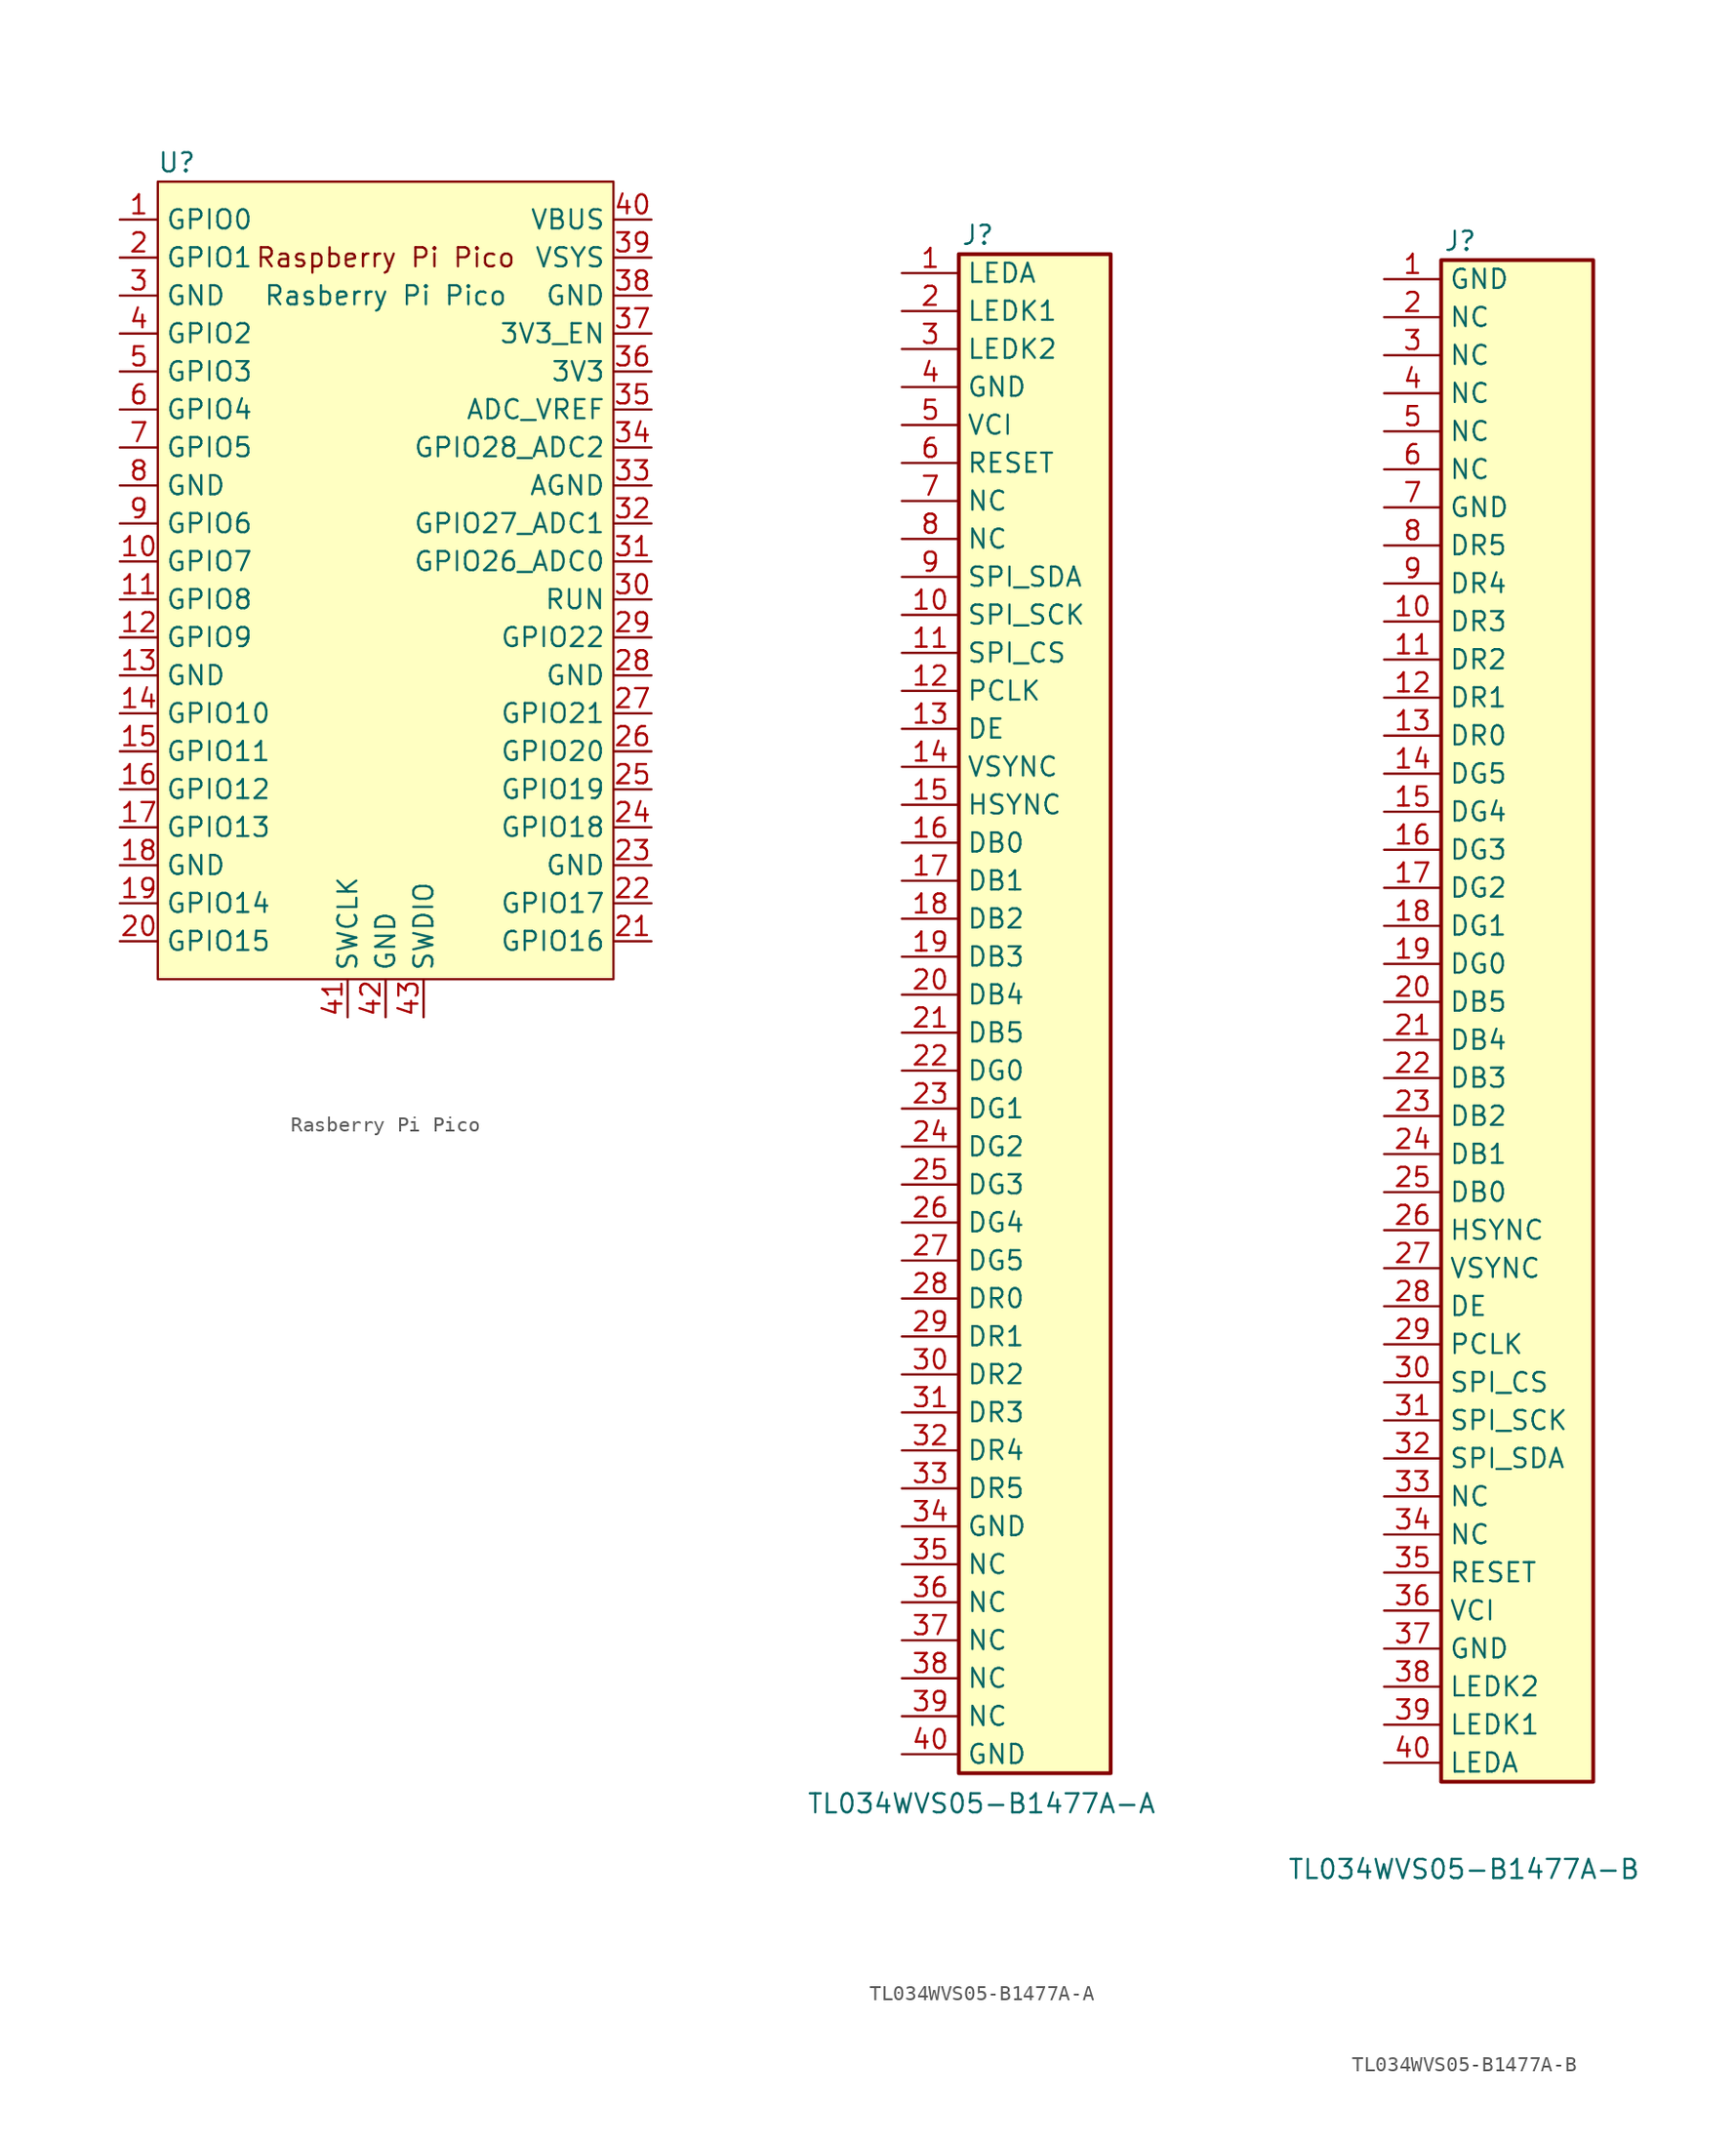
<source format=kicad_sym>
(kicad_symbol_lib
  (version 20231120)
  (generator "kicad_symbol_editor")
  (generator_version "8.0")
  (symbol "Rasberry Pi Pico"
    (property "Reference" "U"
      (at -13.97 27.94 0)
      (effects (font (size 1.27 1.27))))
    (property "Value" "Rasberry Pi Pico"
      (at 0 19.05 0)
      (effects (font (size 1.27 1.27))))
    (symbol "Rasberry Pi Pico_0_0"
      (text "Raspberry Pi Pico" (at 0 21.59 0) (effects (font (size 1.27 1.27)))))
    (symbol "Rasberry Pi Pico_0_1"
      (rectangle (start -15.24 26.67) (end 15.24 -26.67) (stroke (width 0) (type default)) (fill (type background))))
    (symbol "Rasberry Pi Pico_1_1"
      (pin bidirectional line (at -17.78 24.13 0) (length 2.54) (name "GPIO0" (effects (font (size 1.27 1.27)))) (number "1" (effects (font (size 1.27 1.27)))))
      (pin bidirectional line (at -17.78 1.27 0) (length 2.54) (name "GPIO7" (effects (font (size 1.27 1.27)))) (number "10" (effects (font (size 1.27 1.27)))))
      (pin bidirectional line (at -17.78 -1.27 0) (length 2.54) (name "GPIO8" (effects (font (size 1.27 1.27)))) (number "11" (effects (font (size 1.27 1.27)))))
      (pin bidirectional line (at -17.78 -3.81 0) (length 2.54) (name "GPIO9" (effects (font (size 1.27 1.27)))) (number "12" (effects (font (size 1.27 1.27)))))
      (pin power_in line (at -17.78 -6.35 0) (length 2.54) (name "GND" (effects (font (size 1.27 1.27)))) (number "13" (effects (font (size 1.27 1.27)))))
      (pin bidirectional line (at -17.78 -8.89 0) (length 2.54) (name "GPIO10" (effects (font (size 1.27 1.27)))) (number "14" (effects (font (size 1.27 1.27)))))
      (pin bidirectional line (at -17.78 -11.43 0) (length 2.54) (name "GPIO11" (effects (font (size 1.27 1.27)))) (number "15" (effects (font (size 1.27 1.27)))))
      (pin bidirectional line (at -17.78 -13.97 0) (length 2.54) (name "GPIO12" (effects (font (size 1.27 1.27)))) (number "16" (effects (font (size 1.27 1.27)))))
      (pin bidirectional line (at -17.78 -16.51 0) (length 2.54) (name "GPIO13" (effects (font (size 1.27 1.27)))) (number "17" (effects (font (size 1.27 1.27)))))
      (pin power_in line (at -17.78 -19.05 0) (length 2.54) (name "GND" (effects (font (size 1.27 1.27)))) (number "18" (effects (font (size 1.27 1.27)))))
      (pin bidirectional line (at -17.78 -21.59 0) (length 2.54) (name "GPIO14" (effects (font (size 1.27 1.27)))) (number "19" (effects (font (size 1.27 1.27)))))
      (pin bidirectional line (at -17.78 21.59 0) (length 2.54) (name "GPIO1" (effects (font (size 1.27 1.27)))) (number "2" (effects (font (size 1.27 1.27)))))
      (pin bidirectional line (at -17.78 -24.13 0) (length 2.54) (name "GPIO15" (effects (font (size 1.27 1.27)))) (number "20" (effects (font (size 1.27 1.27)))))
      (pin bidirectional line (at 17.78 -24.13 180) (length 2.54) (name "GPIO16" (effects (font (size 1.27 1.27)))) (number "21" (effects (font (size 1.27 1.27)))))
      (pin bidirectional line (at 17.78 -21.59 180) (length 2.54) (name "GPIO17" (effects (font (size 1.27 1.27)))) (number "22" (effects (font (size 1.27 1.27)))))
      (pin power_in line (at 17.78 -19.05 180) (length 2.54) (name "GND" (effects (font (size 1.27 1.27)))) (number "23" (effects (font (size 1.27 1.27)))))
      (pin bidirectional line (at 17.78 -16.51 180) (length 2.54) (name "GPIO18" (effects (font (size 1.27 1.27)))) (number "24" (effects (font (size 1.27 1.27)))))
      (pin bidirectional line (at 17.78 -13.97 180) (length 2.54) (name "GPIO19" (effects (font (size 1.27 1.27)))) (number "25" (effects (font (size 1.27 1.27)))))
      (pin bidirectional line (at 17.78 -11.43 180) (length 2.54) (name "GPIO20" (effects (font (size 1.27 1.27)))) (number "26" (effects (font (size 1.27 1.27)))))
      (pin bidirectional line (at 17.78 -8.89 180) (length 2.54) (name "GPIO21" (effects (font (size 1.27 1.27)))) (number "27" (effects (font (size 1.27 1.27)))))
      (pin power_in line (at 17.78 -6.35 180) (length 2.54) (name "GND" (effects (font (size 1.27 1.27)))) (number "28" (effects (font (size 1.27 1.27)))))
      (pin bidirectional line (at 17.78 -3.81 180) (length 2.54) (name "GPIO22" (effects (font (size 1.27 1.27)))) (number "29" (effects (font (size 1.27 1.27)))))
      (pin power_in line (at -17.78 19.05 0) (length 2.54) (name "GND" (effects (font (size 1.27 1.27)))) (number "3" (effects (font (size 1.27 1.27)))))
      (pin input line (at 17.78 -1.27 180) (length 2.54) (name "RUN" (effects (font (size 1.27 1.27)))) (number "30" (effects (font (size 1.27 1.27)))))
      (pin bidirectional line (at 17.78 1.27 180) (length 2.54) (name "GPIO26_ADC0" (effects (font (size 1.27 1.27)))) (number "31" (effects (font (size 1.27 1.27)))))
      (pin bidirectional line (at 17.78 3.81 180) (length 2.54) (name "GPIO27_ADC1" (effects (font (size 1.27 1.27)))) (number "32" (effects (font (size 1.27 1.27)))))
      (pin power_in line (at 17.78 6.35 180) (length 2.54) (name "AGND" (effects (font (size 1.27 1.27)))) (number "33" (effects (font (size 1.27 1.27)))))
      (pin bidirectional line (at 17.78 8.89 180) (length 2.54) (name "GPIO28_ADC2" (effects (font (size 1.27 1.27)))) (number "34" (effects (font (size 1.27 1.27)))))
      (pin power_in line (at 17.78 11.43 180) (length 2.54) (name "ADC_VREF" (effects (font (size 1.27 1.27)))) (number "35" (effects (font (size 1.27 1.27)))))
      (pin power_in line (at 17.78 13.97 180) (length 2.54) (name "3V3" (effects (font (size 1.27 1.27)))) (number "36" (effects (font (size 1.27 1.27)))))
      (pin input line (at 17.78 16.51 180) (length 2.54) (name "3V3_EN" (effects (font (size 1.27 1.27)))) (number "37" (effects (font (size 1.27 1.27)))))
      (pin bidirectional line (at 17.78 19.05 180) (length 2.54) (name "GND" (effects (font (size 1.27 1.27)))) (number "38" (effects (font (size 1.27 1.27)))))
      (pin power_in line (at 17.78 21.59 180) (length 2.54) (name "VSYS" (effects (font (size 1.27 1.27)))) (number "39" (effects (font (size 1.27 1.27)))))
      (pin bidirectional line (at -17.78 16.51 0) (length 2.54) (name "GPIO2" (effects (font (size 1.27 1.27)))) (number "4" (effects (font (size 1.27 1.27)))))
      (pin power_in line (at 17.78 24.13 180) (length 2.54) (name "VBUS" (effects (font (size 1.27 1.27)))) (number "40" (effects (font (size 1.27 1.27)))))
      (pin input line (at -2.54 -29.21 90) (length 2.54) (name "SWCLK" (effects (font (size 1.27 1.27)))) (number "41" (effects (font (size 1.27 1.27)))))
      (pin power_in line (at 0 -29.21 90) (length 2.54) (name "GND" (effects (font (size 1.27 1.27)))) (number "42" (effects (font (size 1.27 1.27)))))
      (pin bidirectional line (at 2.54 -29.21 90) (length 2.54) (name "SWDIO" (effects (font (size 1.27 1.27)))) (number "43" (effects (font (size 1.27 1.27)))))
      (pin bidirectional line (at -17.78 13.97 0) (length 2.54) (name "GPIO3" (effects (font (size 1.27 1.27)))) (number "5" (effects (font (size 1.27 1.27)))))
      (pin bidirectional line (at -17.78 11.43 0) (length 2.54) (name "GPIO4" (effects (font (size 1.27 1.27)))) (number "6" (effects (font (size 1.27 1.27)))))
      (pin bidirectional line (at -17.78 8.89 0) (length 2.54) (name "GPIO5" (effects (font (size 1.27 1.27)))) (number "7" (effects (font (size 1.27 1.27)))))
      (pin power_in line (at -17.78 6.35 0) (length 2.54) (name "GND" (effects (font (size 1.27 1.27)))) (number "8" (effects (font (size 1.27 1.27)))))
      (pin bidirectional line (at -17.78 3.81 0) (length 2.54) (name "GPIO6" (effects (font (size 1.27 1.27)))) (number "9" (effects (font (size 1.27 1.27)))))))
  (symbol "TL034WVS05-B1477A-A"
    (property "Reference" "J"
      (at 0 50.8 0)
      (effects (font (size 1.27 1.27))))
    (property "Value" "TL034WVS05-B1477A-A"
      (at 0.254 -54.102 0)
      (effects (font (size 1.27 1.27))))
    (symbol "TL034WVS05-B1477A-A_1_1"
      (rectangle (start -1.27 49.53) (end 8.89 -52.07) (stroke (width 0.254) (type default)) (fill (type background)))
      (pin passive line (at -5.08 48.26 0) (length 3.81) (name "LEDA" (effects (font (size 1.27 1.27)))) (number "1" (effects (font (size 1.27 1.27)))))
      (pin passive line (at -5.08 25.4 0) (length 3.81) (name "SPI_SCK" (effects (font (size 1.27 1.27)))) (number "10" (effects (font (size 1.27 1.27)))))
      (pin passive line (at -5.08 22.86 0) (length 3.81) (name "SPI_CS" (effects (font (size 1.27 1.27)))) (number "11" (effects (font (size 1.27 1.27)))))
      (pin passive line (at -5.08 20.32 0) (length 3.81) (name "PCLK" (effects (font (size 1.27 1.27)))) (number "12" (effects (font (size 1.27 1.27)))))
      (pin passive line (at -5.08 17.78 0) (length 3.81) (name "DE" (effects (font (size 1.27 1.27)))) (number "13" (effects (font (size 1.27 1.27)))))
      (pin passive line (at -5.08 15.24 0) (length 3.81) (name "VSYNC" (effects (font (size 1.27 1.27)))) (number "14" (effects (font (size 1.27 1.27)))))
      (pin passive line (at -5.08 12.7 0) (length 3.81) (name "HSYNC" (effects (font (size 1.27 1.27)))) (number "15" (effects (font (size 1.27 1.27)))))
      (pin passive line (at -5.08 10.16 0) (length 3.81) (name "DB0" (effects (font (size 1.27 1.27)))) (number "16" (effects (font (size 1.27 1.27)))))
      (pin passive line (at -5.08 7.62 0) (length 3.81) (name "DB1" (effects (font (size 1.27 1.27)))) (number "17" (effects (font (size 1.27 1.27)))))
      (pin passive line (at -5.08 5.08 0) (length 3.81) (name "DB2" (effects (font (size 1.27 1.27)))) (number "18" (effects (font (size 1.27 1.27)))))
      (pin passive line (at -5.08 2.54 0) (length 3.81) (name "DB3" (effects (font (size 1.27 1.27)))) (number "19" (effects (font (size 1.27 1.27)))))
      (pin passive line (at -5.08 45.72 0) (length 3.81) (name "LEDK1" (effects (font (size 1.27 1.27)))) (number "2" (effects (font (size 1.27 1.27)))))
      (pin passive line (at -5.08 0 0) (length 3.81) (name "DB4" (effects (font (size 1.27 1.27)))) (number "20" (effects (font (size 1.27 1.27)))))
      (pin passive line (at -5.08 -2.54 0) (length 3.81) (name "DB5" (effects (font (size 1.27 1.27)))) (number "21" (effects (font (size 1.27 1.27)))))
      (pin passive line (at -5.08 -5.08 0) (length 3.81) (name "DG0" (effects (font (size 1.27 1.27)))) (number "22" (effects (font (size 1.27 1.27)))))
      (pin passive line (at -5.08 -7.62 0) (length 3.81) (name "DG1" (effects (font (size 1.27 1.27)))) (number "23" (effects (font (size 1.27 1.27)))))
      (pin passive line (at -5.08 -10.16 0) (length 3.81) (name "DG2" (effects (font (size 1.27 1.27)))) (number "24" (effects (font (size 1.27 1.27)))))
      (pin passive line (at -5.08 -12.7 0) (length 3.81) (name "DG3" (effects (font (size 1.27 1.27)))) (number "25" (effects (font (size 1.27 1.27)))))
      (pin passive line (at -5.08 -15.24 0) (length 3.81) (name "DG4" (effects (font (size 1.27 1.27)))) (number "26" (effects (font (size 1.27 1.27)))))
      (pin passive line (at -5.08 -17.78 0) (length 3.81) (name "DG5" (effects (font (size 1.27 1.27)))) (number "27" (effects (font (size 1.27 1.27)))))
      (pin passive line (at -5.08 -20.32 0) (length 3.81) (name "DR0" (effects (font (size 1.27 1.27)))) (number "28" (effects (font (size 1.27 1.27)))))
      (pin passive line (at -5.08 -22.86 0) (length 3.81) (name "DR1" (effects (font (size 1.27 1.27)))) (number "29" (effects (font (size 1.27 1.27)))))
      (pin passive line (at -5.08 43.18 0) (length 3.81) (name "LEDK2" (effects (font (size 1.27 1.27)))) (number "3" (effects (font (size 1.27 1.27)))))
      (pin passive line (at -5.08 -25.4 0) (length 3.81) (name "DR2" (effects (font (size 1.27 1.27)))) (number "30" (effects (font (size 1.27 1.27)))))
      (pin passive line (at -5.08 -27.94 0) (length 3.81) (name "DR3" (effects (font (size 1.27 1.27)))) (number "31" (effects (font (size 1.27 1.27)))))
      (pin passive line (at -5.08 -30.48 0) (length 3.81) (name "DR4" (effects (font (size 1.27 1.27)))) (number "32" (effects (font (size 1.27 1.27)))))
      (pin passive line (at -5.08 -33.02 0) (length 3.81) (name "DR5" (effects (font (size 1.27 1.27)))) (number "33" (effects (font (size 1.27 1.27)))))
      (pin passive line (at -5.08 -35.56 0) (length 3.81) (name "GND" (effects (font (size 1.27 1.27)))) (number "34" (effects (font (size 1.27 1.27)))))
      (pin passive line (at -5.08 -38.1 0) (length 3.81) (name "NC" (effects (font (size 1.27 1.27)))) (number "35" (effects (font (size 1.27 1.27)))))
      (pin passive line (at -5.08 -40.64 0) (length 3.81) (name "NC" (effects (font (size 1.27 1.27)))) (number "36" (effects (font (size 1.27 1.27)))))
      (pin passive line (at -5.08 -43.18 0) (length 3.81) (name "NC" (effects (font (size 1.27 1.27)))) (number "37" (effects (font (size 1.27 1.27)))))
      (pin passive line (at -5.08 -45.72 0) (length 3.81) (name "NC" (effects (font (size 1.27 1.27)))) (number "38" (effects (font (size 1.27 1.27)))))
      (pin passive line (at -5.08 -48.26 0) (length 3.81) (name "NC" (effects (font (size 1.27 1.27)))) (number "39" (effects (font (size 1.27 1.27)))))
      (pin passive line (at -5.08 40.64 0) (length 3.81) (name "GND" (effects (font (size 1.27 1.27)))) (number "4" (effects (font (size 1.27 1.27)))))
      (pin passive line (at -5.08 -50.8 0) (length 3.81) (name "GND" (effects (font (size 1.27 1.27)))) (number "40" (effects (font (size 1.27 1.27)))))
      (pin passive line (at -5.08 38.1 0) (length 3.81) (name "VCI" (effects (font (size 1.27 1.27)))) (number "5" (effects (font (size 1.27 1.27)))))
      (pin passive line (at -5.08 35.56 0) (length 3.81) (name "RESET" (effects (font (size 1.27 1.27)))) (number "6" (effects (font (size 1.27 1.27)))))
      (pin passive line (at -5.08 33.02 0) (length 3.81) (name "NC" (effects (font (size 1.27 1.27)))) (number "7" (effects (font (size 1.27 1.27)))))
      (pin passive line (at -5.08 30.48 0) (length 3.81) (name "NC" (effects (font (size 1.27 1.27)))) (number "8" (effects (font (size 1.27 1.27)))))
      (pin passive line (at -5.08 27.94 0) (length 3.81) (name "SPI_SDA" (effects (font (size 1.27 1.27)))) (number "9" (effects (font (size 1.27 1.27)))))))
  (symbol "TL034WVS05-B1477A-B"
    (property "Reference" "J"
      (at 0 54.61 0)
      (effects (font (size 1.27 1.27))))
    (property "Value" "TL034WVS05-B1477A-B"
      (at 0.254 -54.102 0)
      (effects (font (size 1.27 1.27))))
    (symbol "TL034WVS05-B1477A-B_1_1"
      (rectangle (start -1.27 53.34) (end 8.89 -48.26) (stroke (width 0.254) (type default)) (fill (type background)))
      (pin passive line (at -5.08 52.07 0) (length 3.81) (name "GND" (effects (font (size 1.27 1.27)))) (number "1" (effects (font (size 1.27 1.27)))))
      (pin passive line (at -5.08 29.21 0) (length 3.81) (name "DR3" (effects (font (size 1.27 1.27)))) (number "10" (effects (font (size 1.27 1.27)))))
      (pin passive line (at -5.08 26.67 0) (length 3.81) (name "DR2" (effects (font (size 1.27 1.27)))) (number "11" (effects (font (size 1.27 1.27)))))
      (pin passive line (at -5.08 24.13 0) (length 3.81) (name "DR1" (effects (font (size 1.27 1.27)))) (number "12" (effects (font (size 1.27 1.27)))))
      (pin passive line (at -5.08 21.59 0) (length 3.81) (name "DR0" (effects (font (size 1.27 1.27)))) (number "13" (effects (font (size 1.27 1.27)))))
      (pin passive line (at -5.08 19.05 0) (length 3.81) (name "DG5" (effects (font (size 1.27 1.27)))) (number "14" (effects (font (size 1.27 1.27)))))
      (pin passive line (at -5.08 16.51 0) (length 3.81) (name "DG4" (effects (font (size 1.27 1.27)))) (number "15" (effects (font (size 1.27 1.27)))))
      (pin passive line (at -5.08 13.97 0) (length 3.81) (name "DG3" (effects (font (size 1.27 1.27)))) (number "16" (effects (font (size 1.27 1.27)))))
      (pin passive line (at -5.08 11.43 0) (length 3.81) (name "DG2" (effects (font (size 1.27 1.27)))) (number "17" (effects (font (size 1.27 1.27)))))
      (pin passive line (at -5.08 8.89 0) (length 3.81) (name "DG1" (effects (font (size 1.27 1.27)))) (number "18" (effects (font (size 1.27 1.27)))))
      (pin passive line (at -5.08 6.35 0) (length 3.81) (name "DG0" (effects (font (size 1.27 1.27)))) (number "19" (effects (font (size 1.27 1.27)))))
      (pin passive line (at -5.08 49.53 0) (length 3.81) (name "NC" (effects (font (size 1.27 1.27)))) (number "2" (effects (font (size 1.27 1.27)))))
      (pin passive line (at -5.08 3.81 0) (length 3.81) (name "DB5" (effects (font (size 1.27 1.27)))) (number "20" (effects (font (size 1.27 1.27)))))
      (pin passive line (at -5.08 1.27 0) (length 3.81) (name "DB4" (effects (font (size 1.27 1.27)))) (number "21" (effects (font (size 1.27 1.27)))))
      (pin passive line (at -5.08 -1.27 0) (length 3.81) (name "DB3" (effects (font (size 1.27 1.27)))) (number "22" (effects (font (size 1.27 1.27)))))
      (pin passive line (at -5.08 -3.81 0) (length 3.81) (name "DB2" (effects (font (size 1.27 1.27)))) (number "23" (effects (font (size 1.27 1.27)))))
      (pin passive line (at -5.08 -6.35 0) (length 3.81) (name "DB1" (effects (font (size 1.27 1.27)))) (number "24" (effects (font (size 1.27 1.27)))))
      (pin passive line (at -5.08 -8.89 0) (length 3.81) (name "DB0" (effects (font (size 1.27 1.27)))) (number "25" (effects (font (size 1.27 1.27)))))
      (pin passive line (at -5.08 -11.43 0) (length 3.81) (name "HSYNC" (effects (font (size 1.27 1.27)))) (number "26" (effects (font (size 1.27 1.27)))))
      (pin passive line (at -5.08 -13.97 0) (length 3.81) (name "VSYNC" (effects (font (size 1.27 1.27)))) (number "27" (effects (font (size 1.27 1.27)))))
      (pin passive line (at -5.08 -16.51 0) (length 3.81) (name "DE" (effects (font (size 1.27 1.27)))) (number "28" (effects (font (size 1.27 1.27)))))
      (pin passive line (at -5.08 -19.05 0) (length 3.81) (name "PCLK" (effects (font (size 1.27 1.27)))) (number "29" (effects (font (size 1.27 1.27)))))
      (pin passive line (at -5.08 46.99 0) (length 3.81) (name "NC" (effects (font (size 1.27 1.27)))) (number "3" (effects (font (size 1.27 1.27)))))
      (pin passive line (at -5.08 -21.59 0) (length 3.81) (name "SPI_CS" (effects (font (size 1.27 1.27)))) (number "30" (effects (font (size 1.27 1.27)))))
      (pin passive line (at -5.08 -24.13 0) (length 3.81) (name "SPI_SCK" (effects (font (size 1.27 1.27)))) (number "31" (effects (font (size 1.27 1.27)))))
      (pin passive line (at -5.08 -26.67 0) (length 3.81) (name "SPI_SDA" (effects (font (size 1.27 1.27)))) (number "32" (effects (font (size 1.27 1.27)))))
      (pin passive line (at -5.08 -29.21 0) (length 3.81) (name "NC" (effects (font (size 1.27 1.27)))) (number "33" (effects (font (size 1.27 1.27)))))
      (pin passive line (at -5.08 -31.75 0) (length 3.81) (name "NC" (effects (font (size 1.27 1.27)))) (number "34" (effects (font (size 1.27 1.27)))))
      (pin passive line (at -5.08 -34.29 0) (length 3.81) (name "RESET" (effects (font (size 1.27 1.27)))) (number "35" (effects (font (size 1.27 1.27)))))
      (pin passive line (at -5.08 -36.83 0) (length 3.81) (name "VCI" (effects (font (size 1.27 1.27)))) (number "36" (effects (font (size 1.27 1.27)))))
      (pin passive line (at -5.08 -39.37 0) (length 3.81) (name "GND" (effects (font (size 1.27 1.27)))) (number "37" (effects (font (size 1.27 1.27)))))
      (pin passive line (at -5.08 -41.91 0) (length 3.81) (name "LEDK2" (effects (font (size 1.27 1.27)))) (number "38" (effects (font (size 1.27 1.27)))))
      (pin passive line (at -5.08 -44.45 0) (length 3.81) (name "LEDK1" (effects (font (size 1.27 1.27)))) (number "39" (effects (font (size 1.27 1.27)))))
      (pin passive line (at -5.08 44.45 0) (length 3.81) (name "NC" (effects (font (size 1.27 1.27)))) (number "4" (effects (font (size 1.27 1.27)))))
      (pin passive line (at -5.08 -46.99 0) (length 3.81) (name "LEDA" (effects (font (size 1.27 1.27)))) (number "40" (effects (font (size 1.27 1.27)))))
      (pin passive line (at -5.08 41.91 0) (length 3.81) (name "NC" (effects (font (size 1.27 1.27)))) (number "5" (effects (font (size 1.27 1.27)))))
      (pin passive line (at -5.08 39.37 0) (length 3.81) (name "NC" (effects (font (size 1.27 1.27)))) (number "6" (effects (font (size 1.27 1.27)))))
      (pin passive line (at -5.08 36.83 0) (length 3.81) (name "GND" (effects (font (size 1.27 1.27)))) (number "7" (effects (font (size 1.27 1.27)))))
      (pin passive line (at -5.08 34.29 0) (length 3.81) (name "DR5" (effects (font (size 1.27 1.27)))) (number "8" (effects (font (size 1.27 1.27)))))
      (pin passive line (at -5.08 31.75 0) (length 3.81) (name "DR4" (effects (font (size 1.27 1.27)))) (number "9" (effects (font (size 1.27 1.27))))))))
</source>
